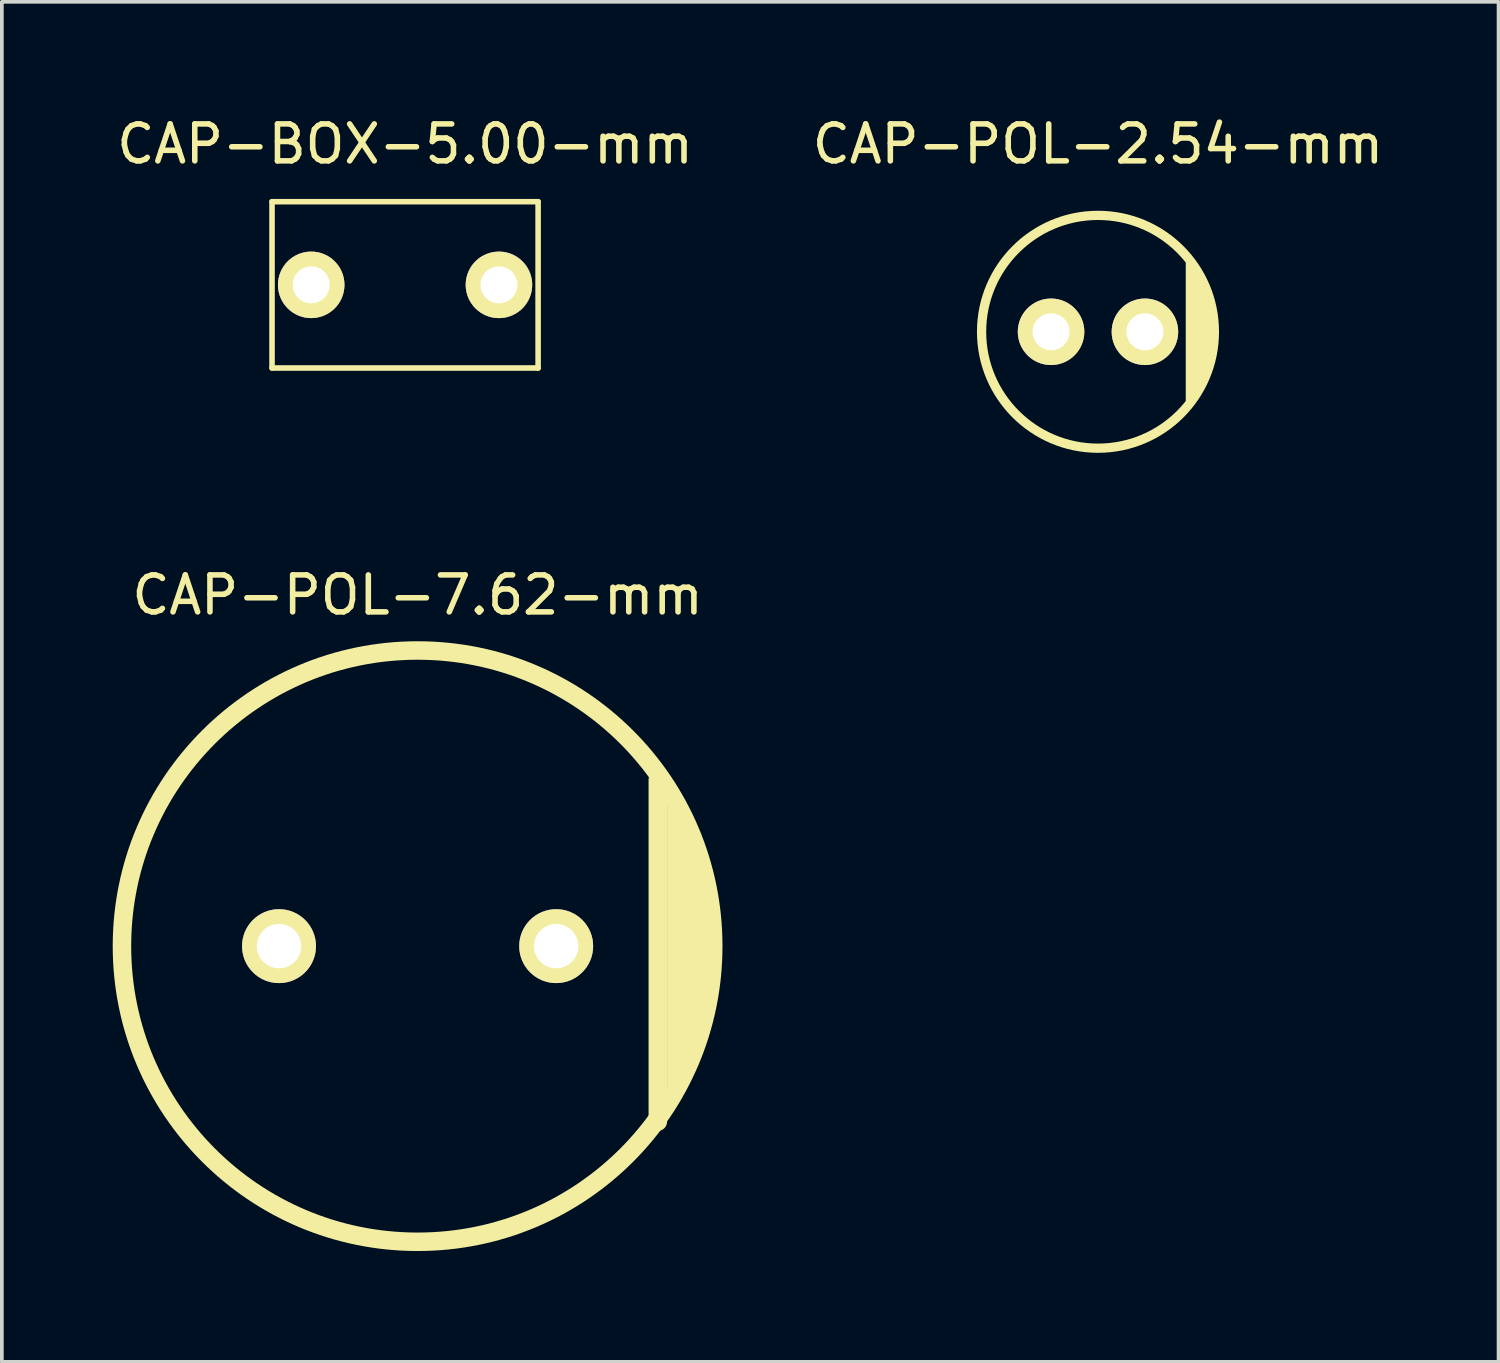
<source format=kicad_pcb>
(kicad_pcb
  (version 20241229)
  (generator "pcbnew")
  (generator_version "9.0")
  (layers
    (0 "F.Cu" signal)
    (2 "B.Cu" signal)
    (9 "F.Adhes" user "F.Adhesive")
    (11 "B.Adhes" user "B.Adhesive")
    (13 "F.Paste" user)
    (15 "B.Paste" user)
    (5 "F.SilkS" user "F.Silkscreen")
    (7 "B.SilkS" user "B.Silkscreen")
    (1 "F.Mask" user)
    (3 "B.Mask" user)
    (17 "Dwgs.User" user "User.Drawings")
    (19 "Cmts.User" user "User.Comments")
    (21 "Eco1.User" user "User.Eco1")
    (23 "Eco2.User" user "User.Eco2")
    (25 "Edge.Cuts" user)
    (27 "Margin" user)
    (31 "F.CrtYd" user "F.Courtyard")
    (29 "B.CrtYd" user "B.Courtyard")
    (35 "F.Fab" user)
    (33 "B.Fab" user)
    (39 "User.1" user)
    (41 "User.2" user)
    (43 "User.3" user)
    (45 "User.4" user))
  (footprint "CAP-POL-7.62-mm"
    (layer "F.Cu")
    (at 8.25 22.552)
    (property "Reference" "CAP-POL-7.62-mm" (at 0 -9.5 0) (layer "F.SilkS") (effects (font (size 1 1) (thickness 0.15))))
    (attr through_hole)
    (fp_line (start 6.5 -4.5) (end 6.5 4.75) (stroke (width 0.5) (type solid)) (layer "F.SilkS"))
    (fp_line (start 7 -3.75) (end 7 3.75) (stroke (width 0.5) (type solid)) (layer "F.SilkS"))
    (fp_line (start 7.25 -2.75) (end 7.25 2.75) (stroke (width 0.5) (type solid)) (layer "F.SilkS"))
    (fp_line (start 7.5 -1.75) (end 7.5 2.25) (stroke (width 0.5) (type solid)) (layer "F.SilkS"))
    (fp_circle (center 0 0) (end -8 0) (stroke (width 0.5) (type solid)) (fill no) (layer "F.SilkS"))
    (pad "1" thru_hole circle (at -3.75 0) (size 2 2) (drill 1.2) (layers "*.Cu" "*.Mask" "F.SilkS"))
    (pad "2" thru_hole circle (at 3.75 0) (size 2 2) (drill 1.2) (layers "*.Cu" "*.Mask" "F.SilkS")))
  (footprint "CAP-BOX-5.00-mm"
    (layer "F.Cu")
    (at 7.911 4.658)
    (property "Reference" "CAP-BOX-5.00-mm" (at 0 -3.81 0) (layer "F.SilkS") (effects (font (size 1 1) (thickness 0.15))))
    (attr through_hole)
    (fp_line (start -3.6 -2.25) (end 3.6 -2.25) (stroke (width 0.15) (type solid)) (layer "F.SilkS"))
    (fp_line (start -3.6 2.25) (end -3.6 -2.25) (stroke (width 0.15) (type solid)) (layer "F.SilkS"))
    (fp_line (start 3.6 -2.25) (end 3.6 2.25) (stroke (width 0.15) (type solid)) (layer "F.SilkS"))
    (fp_line (start 3.6 2.25) (end -3.6 2.25) (stroke (width 0.15) (type solid)) (layer "F.SilkS"))
    (pad "1" thru_hole circle (at -2.54 0) (size 1.8 1.8) (drill 1) (layers "*.Cu" "*.Mask" "F.SilkS"))
    (pad "2" thru_hole circle (at 2.54 0) (size 1.8 1.8) (drill 1) (layers "*.Cu" "*.Mask" "F.SilkS")))
  (footprint "CAP-POL-2.54-mm"
    (layer "F.Cu")
    (at 26.661 5.928)
    (property "Reference" "CAP-POL-2.54-mm" (at 0 -5.08 0) (layer "F.SilkS") (effects (font (size 1 1) (thickness 0.15))))
    (attr through_hole)
    (fp_line (start 2.5 -1.85) (end 2.5 1.85) (stroke (width 0.25) (type solid)) (layer "F.SilkS"))
    (fp_line (start 2.75 -1.5) (end 2.75 1.5) (stroke (width 0.25) (type solid)) (layer "F.SilkS"))
    (fp_line (start 2.9 -0.7) (end 2.9 0.7) (stroke (width 0.5) (type solid)) (layer "F.SilkS"))
    (fp_circle (center 0 0) (end -3.15 0) (stroke (width 0.25) (type solid)) (fill no) (layer "F.SilkS"))
    (pad "1" thru_hole circle (at -1.27 0) (size 1.8 1.8) (drill 1) (layers "*.Cu" "*.Mask" "F.SilkS"))
    (pad "2" thru_hole circle (at 1.27 0) (size 1.8 1.8) (drill 1) (layers "*.Cu" "*.Mask" "F.SilkS")))
  (gr_rect
    (start -3 -3)
    (end 37.5 33.801)
    (stroke (width 0.1) (type default))
    (fill no)
    (layer "Edge.Cuts")))
</source>
